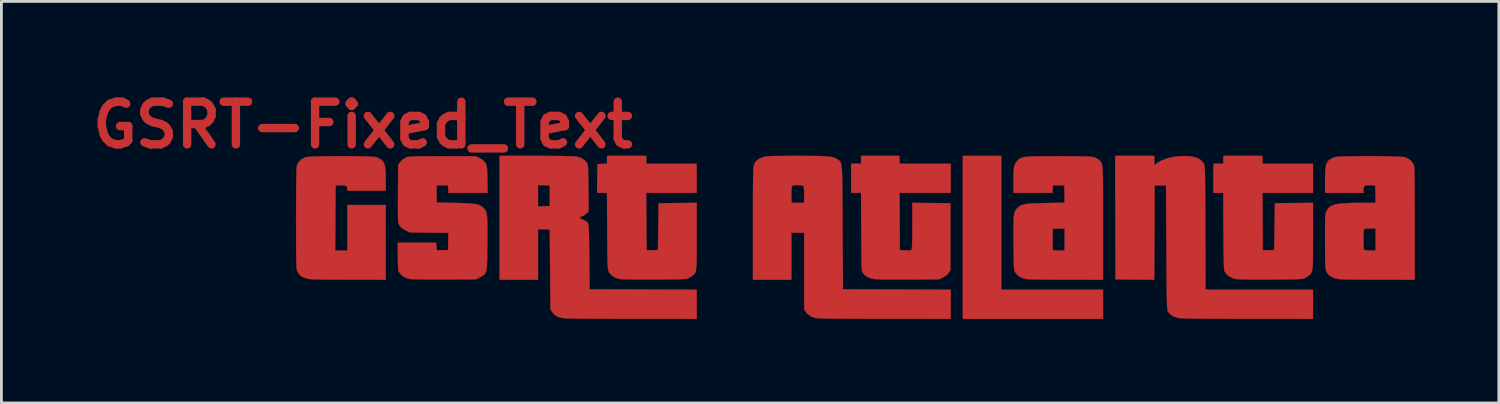
<source format=kicad_pcb>
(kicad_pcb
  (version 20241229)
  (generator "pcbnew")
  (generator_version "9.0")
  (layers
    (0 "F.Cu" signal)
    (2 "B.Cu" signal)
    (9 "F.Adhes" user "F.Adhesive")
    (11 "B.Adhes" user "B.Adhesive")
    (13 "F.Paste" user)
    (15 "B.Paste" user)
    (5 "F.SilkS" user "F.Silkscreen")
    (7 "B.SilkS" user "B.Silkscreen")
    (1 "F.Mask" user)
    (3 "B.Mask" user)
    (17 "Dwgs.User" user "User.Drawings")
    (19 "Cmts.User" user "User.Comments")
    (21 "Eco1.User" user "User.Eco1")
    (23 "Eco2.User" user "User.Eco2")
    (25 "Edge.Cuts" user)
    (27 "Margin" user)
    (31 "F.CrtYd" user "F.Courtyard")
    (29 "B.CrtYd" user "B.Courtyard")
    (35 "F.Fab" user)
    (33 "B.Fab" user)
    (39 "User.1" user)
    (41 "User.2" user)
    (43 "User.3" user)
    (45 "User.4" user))
  (footprint "GSRT-Fixed_Text"
    (layer "F.Cu")
    (at 27.513 5.418)
    (property "Reference" "GSRT-Fixed_Text" (at -17.6 -4 0) (layer "F.Cu") (effects (font (size 1.524 1.524) (thickness 0.3))))
    (attr through_hole)
    (fp_poly (pts (xy 5.212 1.881) (xy 8.848 1.881) (xy 8.848 2.924) (xy 3.839 2.924) (xy 3.839 -2.898) (xy 5.212 -2.898) (xy 5.212 1.881)) (stroke (width 0.01) (type solid)) (fill yes) (layer "F.Cu"))
    (fp_poly (pts (xy 1.576 -2.619) (xy 3.407 -2.619) (xy 3.407 -1.576) (xy 1.576 -1.576) (xy 1.582 -0.553) (xy 1.589 0.47) (xy 1.79 0.478) (xy 1.905 0.479) (xy 1.977 0.472) (xy 2.011 0.455) (xy 2.012 0.452) (xy 2.017 0.42) (xy 2.022 0.343) (xy 2.026 0.227) (xy 2.03 0.08) (xy 2.032 -0.093) (xy 2.033 -0.285) (xy 2.034 -0.401) (xy 2.034 -1.221) (xy 3.394 -1.208) (xy 3.394 1.182) (xy 3.336 1.276) (xy 3.253 1.368) (xy 3.132 1.442) (xy 2.987 1.513) (xy 1.856 1.518) (xy 1.563 1.518) (xy 1.317 1.518) (xy 1.114 1.517) (xy 0.949 1.515) (xy 0.819 1.511) (xy 0.719 1.505) (xy 0.646 1.499) (xy 0.595 1.49) (xy 0.589 1.489) (xy 0.445 1.438) (xy 0.334 1.361) (xy 0.269 1.287) (xy 0.257 1.27) (xy 0.248 1.251) (xy 0.24 1.225) (xy 0.233 1.188) (xy 0.228 1.135) (xy 0.223 1.063) (xy 0.22 0.967) (xy 0.217 0.844) (xy 0.215 0.688) (xy 0.213 0.497) (xy 0.211 0.265) (xy 0.21 -0.011) (xy 0.209 -0.18) (xy 0.202 -1.576) (xy -0.153 -1.576) (xy -0.153 -2.619) (xy 0.203 -2.619) (xy 0.203 -2.898) (xy 1.576 -2.898) (xy 1.576 -2.619)) (stroke (width 0.01) (type solid)) (fill yes) (layer "F.Cu"))
    (fp_poly (pts (xy 14.543 -2.619) (xy 16.349 -2.619) (xy 16.349 -1.576) (xy 14.543 -1.576) (xy 14.549 -0.553) (xy 14.556 0.47) (xy 14.963 0.47) (xy 14.976 -0.369) (xy 14.988 -1.208) (xy 15.668 -1.214) (xy 16.349 -1.221) (xy 16.349 -0.038) (xy 16.348 0.251) (xy 16.348 0.493) (xy 16.346 0.693) (xy 16.344 0.856) (xy 16.339 0.986) (xy 16.332 1.088) (xy 16.323 1.166) (xy 16.311 1.225) (xy 16.295 1.27) (xy 16.276 1.304) (xy 16.252 1.333) (xy 16.223 1.361) (xy 16.218 1.365) (xy 16.154 1.413) (xy 16.074 1.459) (xy 16.056 1.467) (xy 16.028 1.478) (xy 15.994 1.487) (xy 15.95 1.495) (xy 15.89 1.501) (xy 15.81 1.505) (xy 15.705 1.509) (xy 15.57 1.512) (xy 15.401 1.514) (xy 15.192 1.516) (xy 14.94 1.518) (xy 14.81 1.518) (xy 14.513 1.519) (xy 14.262 1.519) (xy 14.055 1.518) (xy 13.888 1.515) (xy 13.758 1.511) (xy 13.66 1.506) (xy 13.591 1.499) (xy 13.55 1.492) (xy 13.395 1.431) (xy 13.276 1.347) (xy 13.205 1.252) (xy 13.194 1.228) (xy 13.186 1.2) (xy 13.178 1.162) (xy 13.172 1.111) (xy 13.167 1.043) (xy 13.163 0.952) (xy 13.16 0.836) (xy 13.157 0.688) (xy 13.155 0.506) (xy 13.153 0.285) (xy 13.152 0.021) (xy 13.15 -0.21) (xy 13.143 -1.576) (xy 12.789 -1.576) (xy 12.789 -2.619) (xy 13.145 -2.619) (xy 13.145 -2.898) (xy 14.543 -2.898) (xy 14.543 -2.619)) (stroke (width 0.01) (type solid)) (fill yes) (layer "F.Cu"))
    (fp_poly (pts (xy -7.475 -2.619) (xy -5.67 -2.619) (xy -5.67 -1.576) (xy -7.476 -1.576) (xy -7.469 -0.553) (xy -7.462 0.47) (xy -7.056 0.47) (xy -7.043 -0.369) (xy -7.03 -1.208) (xy -5.67 -1.221) (xy -5.67 -0.025) (xy -5.67 0.261) (xy -5.67 0.501) (xy -5.672 0.699) (xy -5.674 0.86) (xy -5.678 0.988) (xy -5.684 1.088) (xy -5.693 1.165) (xy -5.704 1.223) (xy -5.719 1.266) (xy -5.738 1.299) (xy -5.761 1.327) (xy -5.789 1.354) (xy -5.801 1.365) (xy -5.864 1.413) (xy -5.945 1.459) (xy -5.963 1.467) (xy -5.991 1.478) (xy -6.024 1.487) (xy -6.069 1.495) (xy -6.129 1.501) (xy -6.209 1.505) (xy -6.314 1.509) (xy -6.449 1.512) (xy -6.618 1.514) (xy -6.827 1.515) (xy -7.08 1.517) (xy -7.195 1.517) (xy -7.435 1.518) (xy -7.661 1.517) (xy -7.87 1.516) (xy -8.054 1.513) (xy -8.209 1.51) (xy -8.328 1.507) (xy -8.407 1.503) (xy -8.433 1.5) (xy -8.596 1.447) (xy -8.719 1.362) (xy -8.737 1.344) (xy -8.763 1.314) (xy -8.786 1.287) (xy -8.805 1.257) (xy -8.82 1.22) (xy -8.832 1.172) (xy -8.842 1.109) (xy -8.85 1.026) (xy -8.855 0.919) (xy -8.859 0.784) (xy -8.862 0.616) (xy -8.864 0.412) (xy -8.866 0.166) (xy -8.868 -0.125) (xy -8.868 -0.21) (xy -8.876 -1.576) (xy -9.23 -1.576) (xy -9.224 -2.091) (xy -9.217 -2.606) (xy -8.873 -2.621) (xy -8.873 -2.898) (xy -7.475 -2.898) (xy -7.475 -2.619)) (stroke (width 0.01) (type solid)) (fill yes) (layer "F.Cu"))
    (fp_poly (pts (xy 10.679 -2.565) (xy 10.762 -2.629) (xy 10.926 -2.728) (xy 11.127 -2.806) (xy 11.356 -2.861) (xy 11.602 -2.89) (xy 11.848 -2.892) (xy 12.042 -2.873) (xy 12.195 -2.833) (xy 12.314 -2.771) (xy 12.405 -2.681) (xy 12.455 -2.606) (xy 12.462 -2.589) (xy 12.468 -2.565) (xy 12.474 -2.53) (xy 12.479 -2.481) (xy 12.483 -2.415) (xy 12.487 -2.329) (xy 12.49 -2.219) (xy 12.493 -2.082) (xy 12.495 -1.916) (xy 12.497 -1.716) (xy 12.499 -1.48) (xy 12.5 -1.204) (xy 12.502 -0.886) (xy 12.503 -0.521) (xy 12.504 -0.324) (xy 12.511 1.881) (xy 16.349 1.881) (xy 16.349 2.924) (xy 13.99 2.922) (xy 13.579 2.922) (xy 13.216 2.921) (xy 12.898 2.92) (xy 12.622 2.919) (xy 12.384 2.918) (xy 12.182 2.916) (xy 12.012 2.913) (xy 11.873 2.911) (xy 11.759 2.907) (xy 11.67 2.903) (xy 11.6 2.899) (xy 11.549 2.894) (xy 11.512 2.888) (xy 11.496 2.884) (xy 11.341 2.826) (xy 11.229 2.744) (xy 11.168 2.661) (xy 11.16 2.644) (xy 11.153 2.621) (xy 11.147 2.588) (xy 11.142 2.543) (xy 11.137 2.482) (xy 11.133 2.402) (xy 11.13 2.299) (xy 11.127 2.171) (xy 11.124 2.013) (xy 11.121 1.824) (xy 11.119 1.6) (xy 11.117 1.337) (xy 11.115 1.032) (xy 11.113 0.682) (xy 11.111 0.369) (xy 11.098 -1.843) (xy 10.691 -1.843) (xy 10.685 -0.159) (xy 10.678 1.526) (xy 9.986 1.52) (xy 9.293 1.513) (xy 9.286 -0.693) (xy 9.28 -2.898) (xy 10.679 -2.898) (xy 10.679 -2.565)) (stroke (width 0.01) (type solid)) (fill yes) (layer "F.Cu"))
    (fp_poly (pts (xy -18.094 -2.889) (xy -17.878 -2.886) (xy -17.676 -2.883) (xy -17.494 -2.878) (xy -17.34 -2.872) (xy -17.22 -2.865) (xy -17.14 -2.856) (xy -17.111 -2.85) (xy -17.008 -2.802) (xy -16.928 -2.751) (xy -16.869 -2.687) (xy -16.828 -2.605) (xy -16.802 -2.498) (xy -16.788 -2.357) (xy -16.782 -2.175) (xy -16.781 -2.079) (xy -16.781 -1.653) (xy -18.154 -1.653) (xy -18.154 -1.726) (xy -18.163 -1.79) (xy -18.197 -1.829) (xy -18.262 -1.849) (xy -18.368 -1.852) (xy -18.399 -1.851) (xy -18.573 -1.843) (xy -18.586 0.483) (xy -18.154 0.483) (xy -18.154 -1.144) (xy -16.781 -1.144) (xy -16.781 1.526) (xy -18.122 1.524) (xy -18.432 1.523) (xy -18.695 1.522) (xy -18.915 1.52) (xy -19.097 1.518) (xy -19.245 1.515) (xy -19.362 1.511) (xy -19.453 1.506) (xy -19.521 1.499) (xy -19.572 1.492) (xy -19.599 1.486) (xy -19.748 1.431) (xy -19.855 1.354) (xy -19.928 1.252) (xy -19.936 1.236) (xy -19.945 1.213) (xy -19.953 1.187) (xy -19.96 1.153) (xy -19.965 1.108) (xy -19.97 1.048) (xy -19.974 0.969) (xy -19.977 0.868) (xy -19.979 0.741) (xy -19.981 0.584) (xy -19.982 0.393) (xy -19.983 0.165) (xy -19.983 -0.104) (xy -19.984 -0.417) (xy -19.984 -0.661) (xy -19.983 -1.059) (xy -19.982 -1.412) (xy -19.98 -1.72) (xy -19.978 -1.98) (xy -19.974 -2.193) (xy -19.97 -2.357) (xy -19.965 -2.473) (xy -19.96 -2.538) (xy -19.957 -2.549) (xy -19.901 -2.663) (xy -19.807 -2.762) (xy -19.686 -2.833) (xy -19.638 -2.85) (xy -19.58 -2.859) (xy -19.478 -2.867) (xy -19.339 -2.874) (xy -19.17 -2.88) (xy -18.977 -2.884) (xy -18.767 -2.887) (xy -18.545 -2.889) (xy -18.319 -2.889) (xy -18.094 -2.889)) (stroke (width 0.01) (type solid)) (fill yes) (layer "F.Cu"))
    (fp_poly (pts (xy -11.058 -2.898) (xy -10.764 -2.896) (xy -10.512 -2.894) (xy -10.302 -2.89) (xy -10.138 -2.885) (xy -10.02 -2.879) (xy -9.951 -2.873) (xy -9.944 -2.871) (xy -9.783 -2.814) (xy -9.652 -2.721) (xy -9.6 -2.661) (xy -9.586 -2.64) (xy -9.574 -2.615) (xy -9.565 -2.581) (xy -9.558 -2.532) (xy -9.553 -2.464) (xy -9.549 -2.37) (xy -9.546 -2.244) (xy -9.543 -2.082) (xy -9.541 -1.877) (xy -9.54 -1.752) (xy -9.533 -0.913) (xy -9.608 -0.838) (xy -9.676 -0.785) (xy -9.748 -0.75) (xy -9.762 -0.747) (xy -9.818 -0.723) (xy -9.839 -0.688) (xy -9.818 -0.656) (xy -9.795 -0.646) (xy -9.69 -0.603) (xy -9.603 -0.547) (xy -9.559 -0.501) (xy -9.55 -0.48) (xy -9.542 -0.444) (xy -9.536 -0.388) (xy -9.53 -0.308) (xy -9.525 -0.201) (xy -9.521 -0.061) (xy -9.517 0.115) (xy -9.514 0.332) (xy -9.51 0.593) (xy -9.509 0.712) (xy -9.496 1.869) (xy -5.67 1.882) (xy -5.67 2.924) (xy -8.028 2.922) (xy -8.44 2.922) (xy -8.804 2.921) (xy -9.124 2.92) (xy -9.401 2.919) (xy -9.64 2.918) (xy -9.843 2.916) (xy -10.013 2.913) (xy -10.153 2.91) (xy -10.266 2.907) (xy -10.355 2.903) (xy -10.424 2.898) (xy -10.474 2.893) (xy -10.51 2.887) (xy -10.52 2.885) (xy -10.649 2.841) (xy -10.742 2.786) (xy -10.813 2.709) (xy -10.837 2.673) (xy -10.895 2.581) (xy -10.908 1.157) (xy -10.92 -0.267) (xy -11.13 -0.274) (xy -11.34 -0.282) (xy -11.34 1.526) (xy -12.713 1.526) (xy -12.713 -1.091) (xy -11.34 -1.091) (xy -10.92 -1.106) (xy -10.92 -1.843) (xy -11.13 -1.851) (xy -11.34 -1.858) (xy -11.34 -1.091) (xy -12.713 -1.091) (xy -12.713 -2.898) (xy -11.392 -2.898) (xy -11.058 -2.898)) (stroke (width 0.01) (type solid)) (fill yes) (layer "F.Cu"))
    (fp_poly (pts (xy -1.772 -2.898) (xy -1.53 -2.897) (xy -1.329 -2.894) (xy -1.165 -2.889) (xy -1.032 -2.882) (xy -0.926 -2.872) (xy -0.841 -2.858) (xy -0.774 -2.841) (xy -0.718 -2.82) (xy -0.67 -2.794) (xy -0.632 -2.769) (xy -0.605 -2.75) (xy -0.58 -2.733) (xy -0.559 -2.715) (xy -0.541 -2.692) (xy -0.525 -2.662) (xy -0.512 -2.621) (xy -0.501 -2.566) (xy -0.492 -2.493) (xy -0.484 -2.4) (xy -0.478 -2.283) (xy -0.474 -2.139) (xy -0.47 -1.966) (xy -0.467 -1.758) (xy -0.465 -1.515) (xy -0.463 -1.231) (xy -0.461 -0.905) (xy -0.459 -0.532) (xy -0.458 -0.343) (xy -0.445 1.869) (xy 3.407 1.882) (xy 3.407 2.924) (xy 1.036 2.922) (xy 0.614 2.922) (xy 0.241 2.921) (xy -0.087 2.92) (xy -0.373 2.919) (xy -0.618 2.917) (xy -0.826 2.915) (xy -1 2.912) (xy -1.142 2.909) (xy -1.254 2.905) (xy -1.34 2.901) (xy -1.403 2.896) (xy -1.444 2.89) (xy -1.458 2.887) (xy -1.603 2.831) (xy -1.714 2.744) (xy -1.773 2.67) (xy -1.831 2.586) (xy -1.831 -0.153) (xy -2.288 -0.153) (xy -2.288 1.526) (xy -3.661 1.526) (xy -3.661 -0.489) (xy -3.661 -0.858) (xy -3.66 -1.179) (xy -3.66 -1.456) (xy -3.66 -1.508) (xy -2.288 -1.508) (xy -2.288 -1.22) (xy -1.831 -1.22) (xy -1.831 -1.508) (xy -1.834 -1.66) (xy -1.842 -1.765) (xy -1.857 -1.82) (xy -1.861 -1.826) (xy -1.904 -1.843) (xy -1.98 -1.853) (xy -2.072 -1.856) (xy -2.161 -1.851) (xy -2.23 -1.839) (xy -2.258 -1.826) (xy -2.274 -1.782) (xy -2.284 -1.689) (xy -2.288 -1.547) (xy -2.288 -1.508) (xy -3.66 -1.508) (xy -3.659 -1.693) (xy -3.658 -1.892) (xy -3.656 -2.058) (xy -3.654 -2.194) (xy -3.651 -2.304) (xy -3.648 -2.39) (xy -3.644 -2.457) (xy -3.639 -2.508) (xy -3.633 -2.545) (xy -3.626 -2.574) (xy -3.618 -2.597) (xy -3.613 -2.609) (xy -3.547 -2.711) (xy -3.452 -2.788) (xy -3.318 -2.845) (xy -3.265 -2.86) (xy -3.218 -2.87) (xy -3.159 -2.878) (xy -3.082 -2.884) (xy -2.982 -2.89) (xy -2.855 -2.893) (xy -2.695 -2.896) (xy -2.498 -2.898) (xy -2.258 -2.898) (xy -2.059 -2.898) (xy -1.772 -2.898)) (stroke (width 0.01) (type solid)) (fill yes) (layer "F.Cu"))
    (fp_poly (pts (xy -13.423 -2.816) (xy -13.321 -2.756) (xy -13.25 -2.685) (xy -13.22 -2.638) (xy -13.198 -2.598) (xy -13.182 -2.557) (xy -13.17 -2.508) (xy -13.162 -2.442) (xy -13.157 -2.352) (xy -13.153 -2.227) (xy -13.149 -2.061) (xy -13.149 -2.053) (xy -13.141 -1.576) (xy -14.541 -1.576) (xy -14.548 -1.71) (xy -14.556 -1.843) (xy -14.963 -1.843) (xy -14.963 -1.233) (xy -14.302 -1.218) (xy -14.067 -1.212) (xy -13.877 -1.205) (xy -13.726 -1.195) (xy -13.607 -1.182) (xy -13.514 -1.165) (xy -13.442 -1.142) (xy -13.383 -1.113) (xy -13.332 -1.076) (xy -13.297 -1.045) (xy -13.26 -1.007) (xy -13.229 -0.97) (xy -13.204 -0.926) (xy -13.184 -0.872) (xy -13.17 -0.803) (xy -13.159 -0.713) (xy -13.153 -0.598) (xy -13.149 -0.451) (xy -13.148 -0.269) (xy -13.148 -0.046) (xy -13.15 0.21) (xy -13.152 0.475) (xy -13.155 0.693) (xy -13.159 0.871) (xy -13.166 1.012) (xy -13.176 1.123) (xy -13.192 1.208) (xy -13.213 1.272) (xy -13.241 1.32) (xy -13.276 1.357) (xy -13.321 1.388) (xy -13.376 1.418) (xy -13.412 1.437) (xy -13.561 1.513) (xy -14.694 1.517) (xy -14.933 1.517) (xy -15.16 1.517) (xy -15.369 1.515) (xy -15.554 1.513) (xy -15.709 1.51) (xy -15.828 1.507) (xy -15.907 1.503) (xy -15.933 1.5) (xy -16.094 1.447) (xy -16.218 1.364) (xy -16.303 1.253) (xy -16.321 1.212) (xy -16.331 1.162) (xy -16.339 1.069) (xy -16.344 0.942) (xy -16.348 0.79) (xy -16.349 0.672) (xy -16.349 0.203) (xy -14.978 0.203) (xy -14.971 0.337) (xy -14.963 0.47) (xy -14.556 0.47) (xy -14.549 0.161) (xy -14.542 -0.148) (xy -15.929 -0.165) (xy -16.082 -0.242) (xy -16.186 -0.303) (xy -16.256 -0.367) (xy -16.291 -0.42) (xy -16.306 -0.446) (xy -16.317 -0.472) (xy -16.326 -0.503) (xy -16.333 -0.545) (xy -16.339 -0.602) (xy -16.342 -0.68) (xy -16.344 -0.783) (xy -16.345 -0.917) (xy -16.345 -1.087) (xy -16.344 -1.297) (xy -16.342 -1.553) (xy -16.342 -1.553) (xy -16.336 -2.585) (xy -16.262 -2.681) (xy -16.192 -2.752) (xy -16.103 -2.815) (xy -16.072 -2.832) (xy -16.043 -2.844) (xy -16.013 -2.855) (xy -15.978 -2.863) (xy -15.932 -2.87) (xy -15.871 -2.875) (xy -15.79 -2.879) (xy -15.685 -2.882) (xy -15.55 -2.884) (xy -15.381 -2.885) (xy -15.174 -2.886) (xy -14.923 -2.886) (xy -14.759 -2.886) (xy -13.564 -2.886) (xy -13.423 -2.816)) (stroke (width 0.01) (type solid)) (fill yes) (layer "F.Cu"))
    (fp_poly (pts (xy 7.547 -2.886) (xy 7.789 -2.885) (xy 7.99 -2.883) (xy 8.154 -2.88) (xy 8.285 -2.876) (xy 8.389 -2.868) (xy 8.47 -2.859) (xy 8.533 -2.846) (xy 8.583 -2.829) (xy 8.624 -2.809) (xy 8.66 -2.784) (xy 8.697 -2.754) (xy 8.7 -2.751) (xy 8.726 -2.729) (xy 8.749 -2.709) (xy 8.769 -2.686) (xy 8.786 -2.658) (xy 8.8 -2.622) (xy 8.812 -2.573) (xy 8.822 -2.508) (xy 8.83 -2.425) (xy 8.836 -2.319) (xy 8.841 -2.188) (xy 8.844 -2.027) (xy 8.846 -1.834) (xy 8.847 -1.605) (xy 8.848 -1.337) (xy 8.848 -1.026) (xy 8.848 -0.67) (xy 8.848 -0.497) (xy 8.848 1.526) (xy 7.507 1.524) (xy 7.177 1.523) (xy 6.896 1.521) (xy 6.66 1.519) (xy 6.466 1.516) (xy 6.312 1.512) (xy 6.194 1.507) (xy 6.111 1.5) (xy 6.059 1.493) (xy 6.05 1.491) (xy 5.895 1.431) (xy 5.777 1.348) (xy 5.704 1.252) (xy 5.692 1.223) (xy 5.682 1.189) (xy 5.674 1.144) (xy 5.667 1.083) (xy 5.662 1) (xy 5.658 0.89) (xy 5.655 0.748) (xy 5.653 0.568) (xy 5.651 0.346) (xy 5.65 0.21) (xy 5.65 0.194) (xy 7.047 0.194) (xy 7.047 0.308) (xy 7.049 0.395) (xy 7.053 0.444) (xy 7.054 0.45) (xy 7.081 0.469) (xy 7.148 0.479) (xy 7.259 0.483) (xy 7.271 0.483) (xy 7.475 0.483) (xy 7.475 -0.307) (xy 7.265 -0.3) (xy 7.056 -0.292) (xy 7.048 0.062) (xy 7.047 0.194) (xy 5.65 0.194) (xy 5.648 -0.057) (xy 5.647 -0.278) (xy 5.649 -0.458) (xy 5.652 -0.603) (xy 5.659 -0.718) (xy 5.67 -0.807) (xy 5.685 -0.875) (xy 5.704 -0.928) (xy 5.73 -0.971) (xy 5.761 -1.009) (xy 5.797 -1.045) (xy 5.845 -1.087) (xy 5.895 -1.121) (xy 5.953 -1.147) (xy 6.026 -1.168) (xy 6.12 -1.183) (xy 6.241 -1.194) (xy 6.395 -1.203) (xy 6.587 -1.209) (xy 6.796 -1.213) (xy 7.477 -1.226) (xy 7.469 -1.535) (xy 7.462 -1.843) (xy 7.056 -1.843) (xy 7.048 -1.71) (xy 7.04 -1.576) (xy 5.644 -1.576) (xy 5.645 -2.002) (xy 5.646 -2.193) (xy 5.652 -2.342) (xy 5.663 -2.456) (xy 5.681 -2.543) (xy 5.708 -2.613) (xy 5.745 -2.672) (xy 5.774 -2.707) (xy 5.81 -2.746) (xy 5.845 -2.78) (xy 5.884 -2.807) (xy 5.931 -2.83) (xy 5.992 -2.847) (xy 6.07 -2.861) (xy 6.169 -2.871) (xy 6.296 -2.877) (xy 6.454 -2.882) (xy 6.647 -2.884) (xy 6.881 -2.885) (xy 7.159 -2.886) (xy 7.259 -2.886) (xy 7.547 -2.886)) (stroke (width 0.01) (type solid)) (fill yes) (layer "F.Cu"))
    (fp_poly (pts (xy 18.617 -2.889) (xy 18.835 -2.886) (xy 19.041 -2.883) (xy 19.227 -2.878) (xy 19.387 -2.872) (xy 19.514 -2.865) (xy 19.603 -2.856) (xy 19.638 -2.85) (xy 19.765 -2.791) (xy 19.871 -2.702) (xy 19.942 -2.592) (xy 19.957 -2.549) (xy 19.963 -2.503) (xy 19.968 -2.405) (xy 19.972 -2.258) (xy 19.976 -2.062) (xy 19.979 -1.817) (xy 19.981 -1.524) (xy 19.983 -1.184) (xy 19.984 -0.796) (xy 19.984 -0.464) (xy 19.984 1.526) (xy 18.643 1.524) (xy 18.333 1.523) (xy 18.07 1.522) (xy 17.85 1.52) (xy 17.668 1.518) (xy 17.52 1.515) (xy 17.403 1.511) (xy 17.312 1.506) (xy 17.244 1.499) (xy 17.193 1.492) (xy 17.166 1.486) (xy 17.018 1.431) (xy 16.91 1.354) (xy 16.837 1.252) (xy 16.829 1.236) (xy 16.817 1.206) (xy 16.807 1.171) (xy 16.799 1.126) (xy 16.793 1.067) (xy 16.789 0.986) (xy 16.786 0.88) (xy 16.783 0.743) (xy 16.782 0.57) (xy 16.782 0.356) (xy 16.781 0.15) (xy 16.781 0.089) (xy 18.154 0.089) (xy 18.155 0.213) (xy 18.158 0.321) (xy 18.163 0.401) (xy 18.169 0.442) (xy 18.169 0.443) (xy 18.188 0.464) (xy 18.231 0.476) (xy 18.307 0.482) (xy 18.385 0.483) (xy 18.586 0.483) (xy 18.586 -0.305) (xy 18.385 -0.305) (xy 18.279 -0.303) (xy 18.214 -0.295) (xy 18.18 -0.28) (xy 18.169 -0.265) (xy 18.163 -0.225) (xy 18.158 -0.145) (xy 18.155 -0.038) (xy 18.154 0.086) (xy 18.154 0.089) (xy 16.781 0.089) (xy 16.781 -0.099) (xy 16.781 -0.302) (xy 16.782 -0.466) (xy 16.784 -0.594) (xy 16.787 -0.692) (xy 16.791 -0.766) (xy 16.797 -0.82) (xy 16.805 -0.861) (xy 16.816 -0.893) (xy 16.829 -0.921) (xy 16.84 -0.942) (xy 16.885 -1.013) (xy 16.941 -1.071) (xy 17.014 -1.117) (xy 17.109 -1.154) (xy 17.23 -1.181) (xy 17.382 -1.199) (xy 17.571 -1.211) (xy 17.802 -1.218) (xy 18.034 -1.22) (xy 18.588 -1.22) (xy 18.58 -1.532) (xy 18.573 -1.843) (xy 18.399 -1.851) (xy 18.285 -1.851) (xy 18.212 -1.837) (xy 18.172 -1.801) (xy 18.156 -1.74) (xy 18.154 -1.688) (xy 18.154 -1.576) (xy 16.781 -1.576) (xy 16.781 -2.04) (xy 16.784 -2.248) (xy 16.792 -2.411) (xy 16.81 -2.537) (xy 16.839 -2.634) (xy 16.883 -2.707) (xy 16.945 -2.764) (xy 17.026 -2.812) (xy 17.111 -2.85) (xy 17.161 -2.859) (xy 17.254 -2.867) (xy 17.386 -2.874) (xy 17.549 -2.88) (xy 17.738 -2.884) (xy 17.945 -2.887) (xy 18.165 -2.889) (xy 18.391 -2.889) (xy 18.617 -2.889)) (stroke (width 0.01) (type solid)) (fill yes) (layer "F.Cu")))
  (gr_rect
    (start -3 -3)
    (end 50.503 11.347)
    (stroke (width 0.1) (type default))
    (fill no)
    (layer "Edge.Cuts")))
</source>
